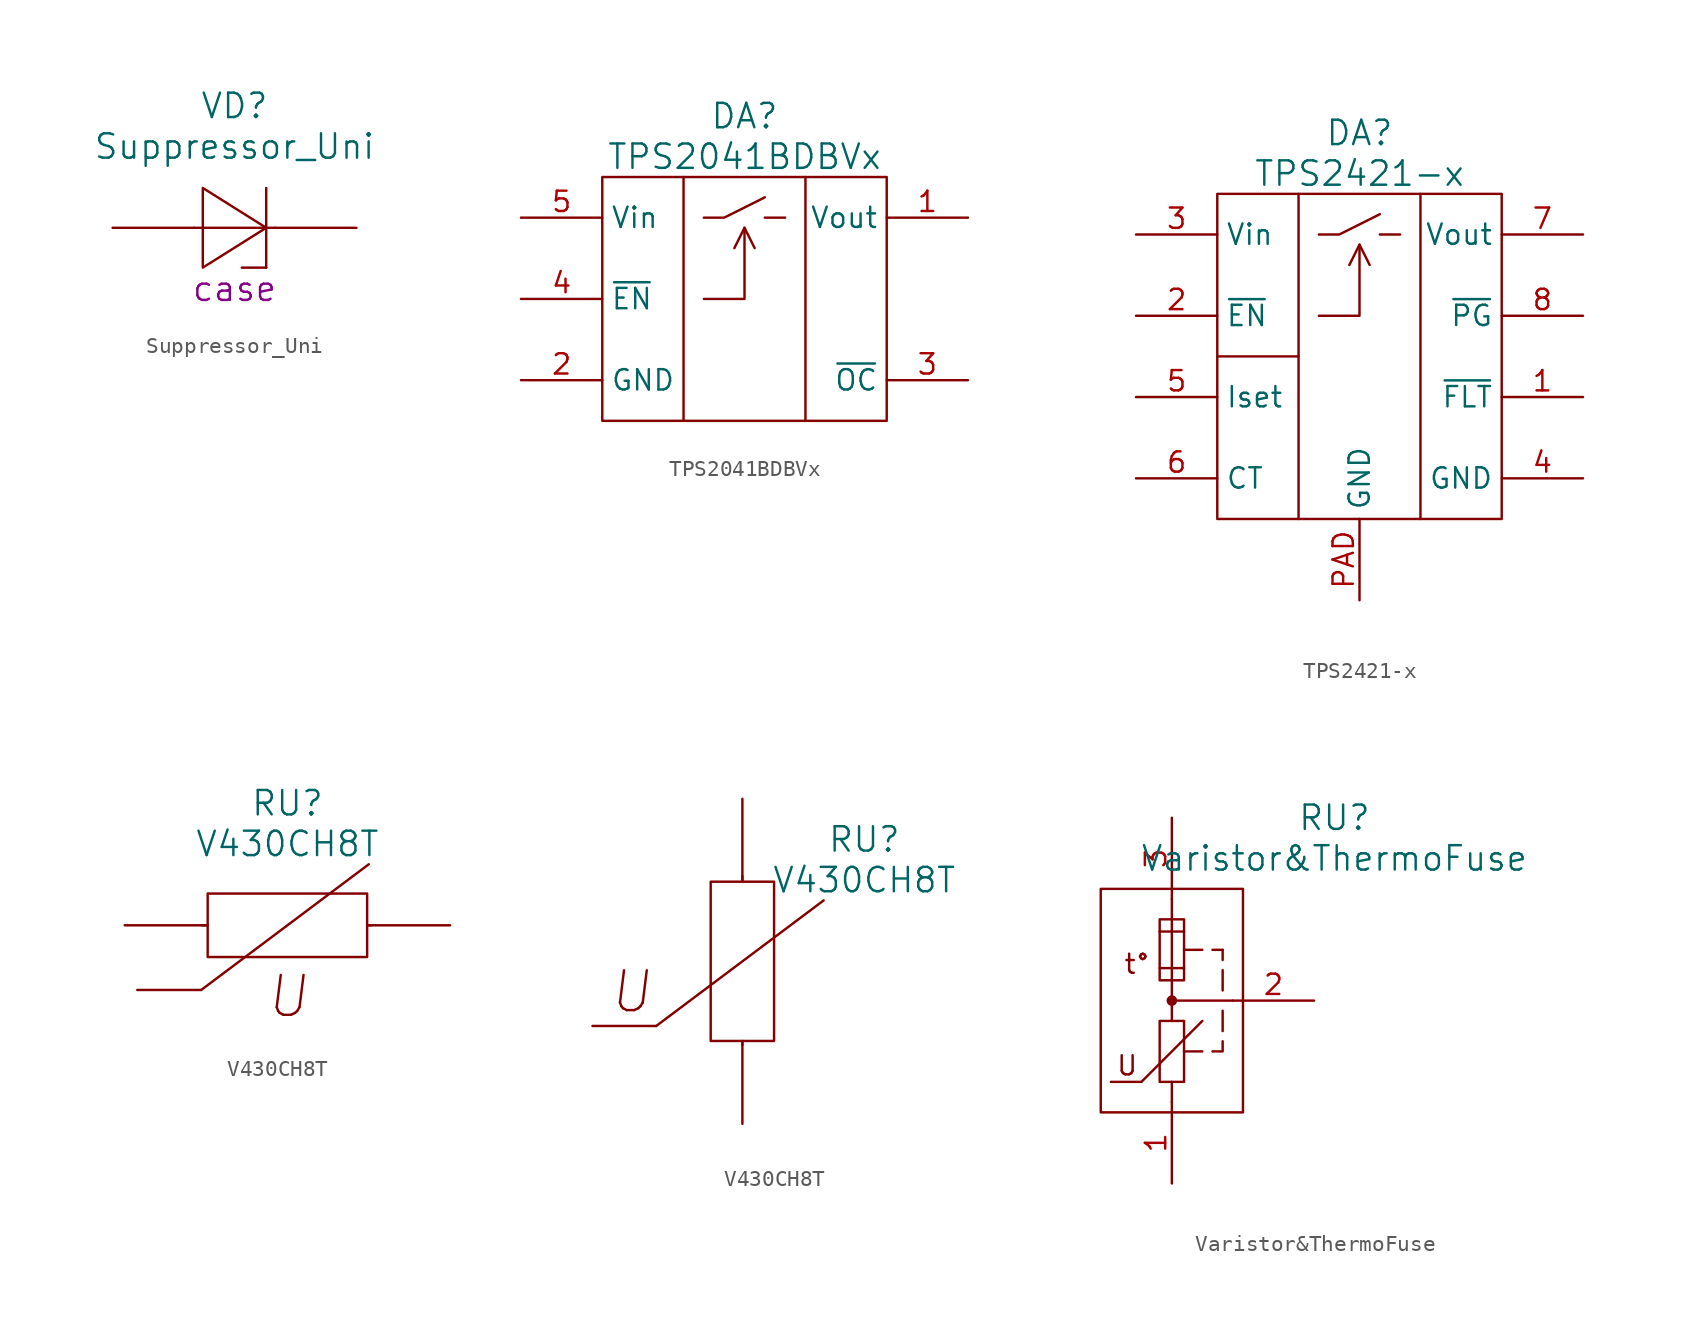
<source format=kicad_sym>
(kicad_symbol_lib
  (version 20220914)
  (generator kicad_symbol_editor)
  (symbol "Suppressor_Uni"
    (pin_numbers hide)
    (pin_names
      (offset 1.016) hide)
    (property "Reference" "VD"
      (at 0 7.62 0)
      (do_not_autoplace)
      (effects (font (size 1.524 1.524))))
    (property "Value" "Suppressor_Uni"
      (at 0 5.08 0)
      (do_not_autoplace)
      (effects (font (size 1.524 1.524))))
    (property "Datasheet" ""
      (at -7.62 0 0)
      (effects (font (size 1.524 1.524))))
    (property "Case" "case"
      (at 0 -3.81 0)
      (do_not_autoplace)
      (effects (font (size 1.524 1.524))))
    (symbol "Suppressor_Uni_0_1"
      (polyline (pts (xy -2.54 0) (xy 2.54 0)) (stroke (width 0) (type solid)) (fill (type none)))
      (polyline (pts (xy 0.457 -2.489) (xy 1.981 -2.489)) (stroke (width 0) (type solid)) (fill (type none)))
      (polyline (pts (xy 1.981 2.489) (xy 1.981 -2.489)) (stroke (width 0) (type solid)) (fill (type none)))
      (polyline (pts (xy 1.981 0) (xy -1.981 -2.489) (xy -1.981 2.489) (xy 1.981 0)) (stroke (width 0) (type solid)) (fill (type none))))
    (symbol "Suppressor_Uni_1_1"
      (pin passive line (at -7.62 0 0) (length 5.08) (name "A" (effects (font (size 1.27 1.27)))) (number "A" (effects (font (size 1.27 1.27)))))
      (pin passive line (at 7.62 0 180) (length 5.08) (name "C" (effects (font (size 1.27 1.27)))) (number "C" (effects (font (size 1.27 1.27)))))))
  (symbol "TPS2041BDBVx"
    (property "Reference" "DA"
      (at 0 11.43 0)
      (effects (font (size 1.524 1.524))))
    (property "Value" "TPS2041BDBVx"
      (at 0 8.89 0)
      (effects (font (size 1.524 1.524))))
    (property "Datasheet" ""
      (at 0 -3.81 0)
      (effects (font (size 1.524 1.524))))
    (symbol "TPS2041BDBVx_0_1"
      (rectangle (start -8.89 7.62) (end 8.89 -7.62) (stroke (width 0) (type solid)) (fill (type none)))
      (polyline (pts (xy 1.27 5.08) (xy 2.54 5.08)) (stroke (width 0) (type solid)) (fill (type none)))
      (polyline (pts (xy -3.81 7.62) (xy -3.81 -1.27) (xy -3.81 -7.62)) (stroke (width 0) (type solid)) (fill (type none)))
      (polyline (pts (xy -2.54 0) (xy 0 0) (xy 0 4.445)) (stroke (width 0) (type solid)) (fill (type none)))
      (polyline (pts (xy -0.635 3.175) (xy 0 4.445) (xy 0.635 3.175)) (stroke (width 0) (type solid)) (fill (type none)))
      (polyline (pts (xy 1.27 6.35) (xy -1.27 5.08) (xy -2.54 5.08)) (stroke (width 0) (type solid)) (fill (type none)))
      (polyline (pts (xy 3.81 -7.62) (xy 3.81 7.62) (xy 3.81 7.62) (xy 3.81 7.62)) (stroke (width 0) (type solid)) (fill (type none))))
    (symbol "TPS2041BDBVx_1_1"
      (pin power_out line (at 13.97 5.08 180) (length 5.08) (name "Vout" (effects (font (size 1.27 1.27)))) (number "1" (effects (font (size 1.27 1.27)))))
      (pin power_in line (at -13.97 -5.08 0) (length 5.08) (name "GND" (effects (font (size 1.27 1.27)))) (number "2" (effects (font (size 1.27 1.27)))))
      (pin open_collector line (at 13.97 -5.08 180) (length 5.08) (name "~{OC}" (effects (font (size 1.27 1.27)))) (number "3" (effects (font (size 1.27 1.27)))))
      (pin input line (at -13.97 0 0) (length 5.08) (name "~{EN}" (effects (font (size 1.27 1.27)))) (number "4" (effects (font (size 1.27 1.27)))))
      (pin power_in line (at -13.97 5.08 0) (length 5.08) (name "Vin" (effects (font (size 1.27 1.27)))) (number "5" (effects (font (size 1.27 1.27)))))))
  (symbol "TPS2421-x"
    (property "Reference" "DA"
      (at 0 13.97 0)
      (effects (font (size 1.524 1.524))))
    (property "Value" "TPS2421-x"
      (at 0 11.43 0)
      (effects (font (size 1.524 1.524))))
    (property "Datasheet" ""
      (at 0 -1.27 0)
      (effects (font (size 1.524 1.524))))
    (symbol "TPS2421-x_0_1"
      (rectangle (start -8.89 0) (end -3.81 0) (stroke (width 0) (type solid)) (fill (type none)))
      (rectangle (start -8.89 10.16) (end 8.89 -10.16) (stroke (width 0) (type solid)) (fill (type none)))
      (polyline (pts (xy 1.27 7.62) (xy 2.54 7.62)) (stroke (width 0) (type solid)) (fill (type none)))
      (polyline (pts (xy -3.81 10.16) (xy -3.81 1.27) (xy -3.81 -10.16)) (stroke (width 0) (type solid)) (fill (type none)))
      (polyline (pts (xy -2.54 2.54) (xy 0 2.54) (xy 0 6.985)) (stroke (width 0) (type solid)) (fill (type none)))
      (polyline (pts (xy -0.635 5.715) (xy 0 6.985) (xy 0.635 5.715)) (stroke (width 0) (type solid)) (fill (type none)))
      (polyline (pts (xy 1.27 8.89) (xy -1.27 7.62) (xy -2.54 7.62)) (stroke (width 0) (type solid)) (fill (type none)))
      (polyline (pts (xy 3.81 -10.16) (xy 3.81 10.16) (xy 3.81 10.16) (xy 3.81 10.16)) (stroke (width 0) (type solid)) (fill (type none))))
    (symbol "TPS2421-x_1_1"
      (pin open_collector line (at 13.97 -2.54 180) (length 5.08) (name "~{FLT}" (effects (font (size 1.27 1.27)))) (number "1" (effects (font (size 1.27 1.27)))))
      (pin input line (at -13.97 2.54 0) (length 5.08) (name "~{EN}" (effects (font (size 1.27 1.27)))) (number "2" (effects (font (size 1.27 1.27)))))
      (pin power_in line (at -13.97 7.62 0) (length 5.08) (name "Vin" (effects (font (size 1.27 1.27)))) (number "3" (effects (font (size 1.27 1.27)))))
      (pin power_in line (at 13.97 -7.62 180) (length 5.08) (name "GND" (effects (font (size 1.27 1.27)))) (number "4" (effects (font (size 1.27 1.27)))))
      (pin passive line (at -13.97 -2.54 0) (length 5.08) (name "Iset" (effects (font (size 1.27 1.27)))) (number "5" (effects (font (size 1.27 1.27)))))
      (pin passive line (at -13.97 -7.62 0) (length 5.08) (name "CT" (effects (font (size 1.27 1.27)))) (number "6" (effects (font (size 1.27 1.27)))))
      (pin power_out line (at 13.97 7.62 180) (length 5.08) (name "Vout" (effects (font (size 1.27 1.27)))) (number "7" (effects (font (size 1.27 1.27)))))
      (pin open_collector line (at 13.97 2.54 180) (length 5.08) (name "~{PG}" (effects (font (size 1.27 1.27)))) (number "8" (effects (font (size 1.27 1.27)))))
      (pin power_in line (at 0 -15.24 90) (length 5.08) (name "GND" (effects (font (size 1.27 1.27)))) (number "PAD" (effects (font (size 1.27 1.27)))))))
  (symbol "V430CH8T"
    (pin_numbers hide)
    (pin_names
      (offset 1.016) hide)
    (property "Reference" "RU"
      (at 0 7.62 0)
      (effects (font (size 1.524 1.524))))
    (property "Value" "V430CH8T"
      (at 0 5.08 0)
      (effects (font (size 1.524 1.524))))
    (property "Datasheet" ""
      (at -11.43 -3.81 0)
      (effects (font (size 1.524 1.524))))
    (symbol "V430CH8T_0_1"
      (rectangle (start -4.978 1.981) (end 4.978 -1.981) (stroke (width 0) (type solid)) (fill (type none)))
      (polyline (pts (xy -5.385 -4.039) (xy -9.373 -4.039)) (stroke (width 0) (type solid)) (fill (type none)))
      (polyline (pts (xy -4.978 0) (xy -5.334 0)) (stroke (width 0) (type solid)) (fill (type none)))
      (polyline (pts (xy 4.978 0) (xy 5.232 0)) (stroke (width 0) (type solid)) (fill (type none))))
    (symbol "V430CH8T_0_2"
      (rectangle (start -5.639 4.978) (end -9.601 -4.978) (stroke (width 0) (type solid)) (fill (type none)))
      (polyline (pts (xy -13.005 -4.039) (xy -16.993 -4.039)) (stroke (width 0) (type solid)) (fill (type none)))
      (polyline (pts (xy -7.62 -4.978) (xy -7.62 -5.232)) (stroke (width 0) (type solid)) (fill (type none)))
      (polyline (pts (xy -7.62 4.978) (xy -7.62 5.334)) (stroke (width 0) (type solid)) (fill (type none)))
      (polyline (pts (xy -2.54 3.81) (xy -13.005 -4.039)) (stroke (width 0) (type solid)) (fill (type none))))
    (symbol "V430CH8T_1_1"
      (polyline (pts (xy 5.08 3.81) (xy -5.385 -4.039)) (stroke (width 0) (type solid)) (fill (type none)))
      (text "U" (at 0 -4.445 0) (effects (font (size 2.489 2.489) italic)))
      (pin passive line (at -10.16 0 0) (length 5.08) (name "~" (effects (font (size 1.27 1.27)))) (number "1" (effects (font (size 1.27 1.27)))))
      (pin passive line (at 10.16 0 180) (length 5.08) (name "~" (effects (font (size 1.27 1.27)))) (number "2" (effects (font (size 1.27 1.27))))))
    (symbol "V430CH8T_1_2"
      (text "U" (at -14.605 -1.905 0) (effects (font (size 2.489 2.489) italic)))
      (pin passive line (at -7.62 10.16 270) (length 5.08) (name "~" (effects (font (size 1.27 1.27)))) (number "1" (effects (font (size 1.27 1.27)))))
      (pin passive line (at -7.62 -10.16 90) (length 5.08) (name "~" (effects (font (size 1.27 1.27)))) (number "2" (effects (font (size 1.27 1.27)))))))
  (symbol "Varistor&ThermoFuse"
    (pin_names
      (offset 1.016) hide)
    (property "Reference" "RU"
      (at 10.16 11.43 0)
      (effects (font (size 1.524 1.524))))
    (property "Value" "Varistor&ThermoFuse"
      (at 10.16 8.89 0)
      (effects (font (size 1.524 1.524))))
    (property "Datasheet" ""
      (at 1.27 -3.81 0)
      (effects (font (size 1.524 1.524))))
    (symbol "Varistor&ThermoFuse_0_0"
      (polyline (pts (xy 0.762 3.175) (xy 1.905 3.175)) (stroke (width 0) (type solid)) (fill (type none)))
      (polyline (pts (xy 1.905 -3.175) (xy 0.762 -3.175)) (stroke (width 0) (type solid)) (fill (type none)))
      (polyline (pts (xy 3.175 -0.635) (xy 3.175 -1.905)) (stroke (width 0) (type solid)) (fill (type none)))
      (polyline (pts (xy 3.175 1.905) (xy 3.175 0.635)) (stroke (width 0) (type solid)) (fill (type none)))
      (polyline (pts (xy 3.175 3.175) (xy 2.54 3.175)) (stroke (width 0) (type solid)) (fill (type none)))
      (polyline (pts (xy 3.175 3.175) (xy 3.175 2.54)) (stroke (width 0) (type solid)) (fill (type none)))
      (polyline (pts (xy 3.175 -2.54) (xy 3.175 -3.175) (xy 2.54 -3.175)) (stroke (width 0) (type solid)) (fill (type none)))
      (rectangle (start 4.445 -6.985) (end -4.445 6.985) (stroke (width 0) (type solid)) (fill (type none)))
      (text "t°" (at -2.159 2.286 0) (effects (font (size 1.194 1.194))))
      (text "U" (at -2.794 -4.064 0) (effects (font (size 1.194 1.194)))))
    (symbol "Varistor&ThermoFuse_0_1"
      (polyline (pts (xy -3.81 -5.08) (xy -1.905 -5.08)) (stroke (width 0) (type solid)) (fill (type none)))
      (polyline (pts (xy -1.905 -5.08) (xy 1.905 -1.27)) (stroke (width 0) (type solid)) (fill (type none)))
      (polyline (pts (xy 0 -5.08) (xy 0 -6.35)) (stroke (width 0) (type solid)) (fill (type none)))
      (polyline (pts (xy 0 -1.27) (xy 0 1.27)) (stroke (width 0) (type solid)) (fill (type none)))
      (polyline (pts (xy 0 0) (xy 3.81 0)) (stroke (width 0) (type solid)) (fill (type none)))
      (polyline (pts (xy 0 5.08) (xy 0 1.27)) (stroke (width 0) (type solid)) (fill (type none)))
      (polyline (pts (xy 0 5.08) (xy 0 6.35)) (stroke (width 0) (type solid)) (fill (type none)))
      (polyline (pts (xy 0.762 2.032) (xy -0.762 2.032)) (stroke (width 0) (type solid)) (fill (type none)))
      (polyline (pts (xy 0.762 4.318) (xy -0.762 4.318)) (stroke (width 0) (type solid)) (fill (type none)))
      (circle (center 0 0) (radius 0.254) (stroke (width 0) (type solid)) (fill (type outline)))
      (rectangle (start 0.762 -5.08) (end -0.762 -1.27) (stroke (width 0) (type solid)) (fill (type none)))
      (rectangle (start 0.762 1.27) (end -0.762 5.08) (stroke (width 0) (type solid)) (fill (type none))))
    (symbol "Varistor&ThermoFuse_1_1"
      (pin power_in line (at 0 -11.43 90) (length 5.08) (name "N" (effects (font (size 1.27 1.27)))) (number "1" (effects (font (size 1.27 1.27)))))
      (pin passive line (at 8.89 0 180) (length 5.08) (name "Ind" (effects (font (size 1.27 1.27)))) (number "2" (effects (font (size 1.27 1.27)))))
      (pin power_in line (at 0 11.43 270) (length 5.08) (name "L" (effects (font (size 1.27 1.27)))) (number "3" (effects (font (size 1.27 1.27))))))))
</source>
